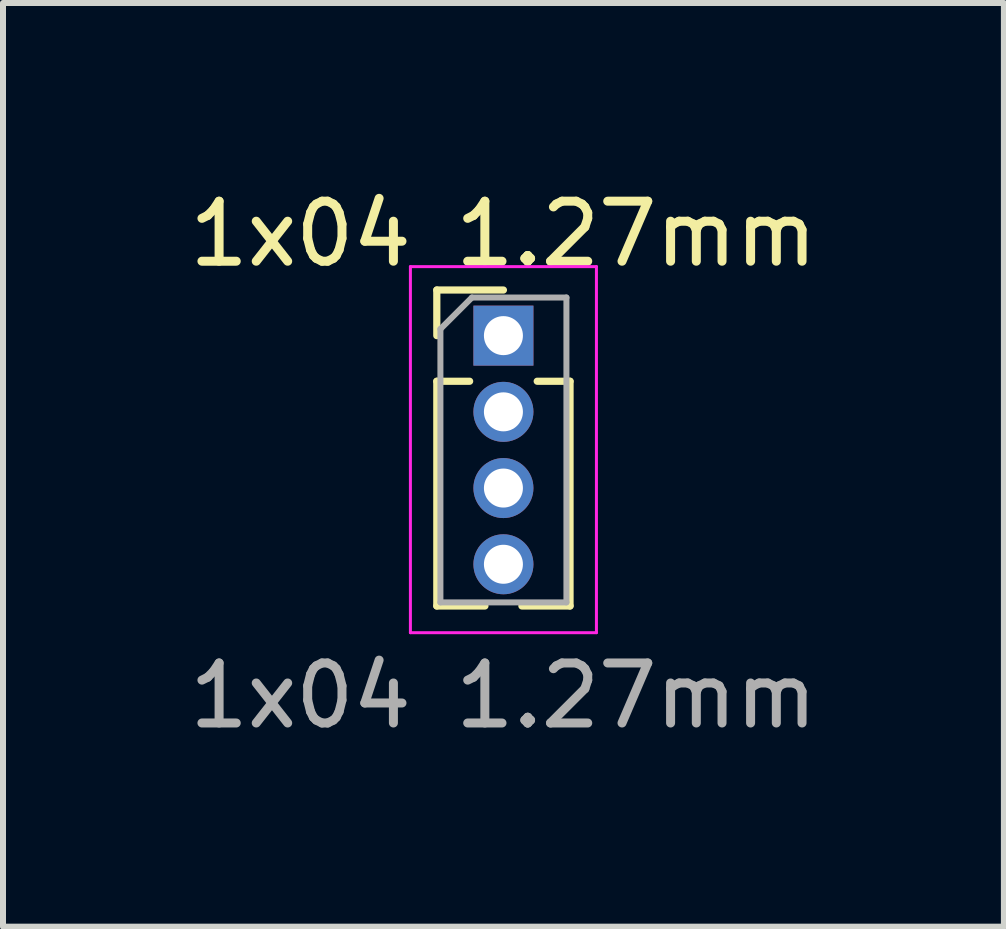
<source format=kicad_pcb>
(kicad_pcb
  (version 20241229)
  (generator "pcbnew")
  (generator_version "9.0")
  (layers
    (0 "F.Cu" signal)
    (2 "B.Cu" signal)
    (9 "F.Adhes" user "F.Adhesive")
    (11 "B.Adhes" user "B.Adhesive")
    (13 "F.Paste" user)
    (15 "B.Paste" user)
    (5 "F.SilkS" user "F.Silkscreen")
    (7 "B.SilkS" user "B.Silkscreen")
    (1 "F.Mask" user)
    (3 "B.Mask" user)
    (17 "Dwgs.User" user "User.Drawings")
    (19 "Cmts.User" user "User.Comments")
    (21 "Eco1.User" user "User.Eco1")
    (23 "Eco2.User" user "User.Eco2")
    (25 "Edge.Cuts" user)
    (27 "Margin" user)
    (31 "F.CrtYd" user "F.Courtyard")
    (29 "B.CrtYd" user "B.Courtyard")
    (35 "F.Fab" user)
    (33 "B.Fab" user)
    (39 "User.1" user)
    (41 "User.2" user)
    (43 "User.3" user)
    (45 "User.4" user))
  (footprint "1x04 1.27mm"
    (layer "F.Cu")
    (at 5.339 2.543)
    (property "Reference" "1x04 1.27mm" (at 0 -1.695 0) (layer "F.SilkS") (effects (font (size 1 1) (thickness 0.15))))
    (attr through_hole)
    (fp_line (start -1.11 -0.76) (end 0 -0.76) (stroke (width 0.12) (type solid)) (layer "F.SilkS"))
    (fp_line (start -1.11 0) (end -1.11 -0.76) (stroke (width 0.12) (type solid)) (layer "F.SilkS"))
    (fp_line (start -1.11 0.76) (end -1.11 4.505) (stroke (width 0.12) (type solid)) (layer "F.SilkS"))
    (fp_line (start -1.11 0.76) (end -0.563 0.76) (stroke (width 0.12) (type solid)) (layer "F.SilkS"))
    (fp_line (start -1.11 4.505) (end -0.308 4.505) (stroke (width 0.12) (type solid)) (layer "F.SilkS"))
    (fp_line (start 0.308 4.505) (end 1.11 4.505) (stroke (width 0.12) (type solid)) (layer "F.SilkS"))
    (fp_line (start 0.563 0.76) (end 1.11 0.76) (stroke (width 0.12) (type solid)) (layer "F.SilkS"))
    (fp_line (start 1.11 0.76) (end 1.11 4.505) (stroke (width 0.12) (type solid)) (layer "F.SilkS"))
    (fp_line (start -1.55 -1.15) (end -1.55 4.95) (stroke (width 0.05) (type solid)) (layer "F.CrtYd"))
    (fp_line (start -1.55 4.95) (end 1.55 4.95) (stroke (width 0.05) (type solid)) (layer "F.CrtYd"))
    (fp_line (start 1.55 -1.15) (end -1.55 -1.15) (stroke (width 0.05) (type solid)) (layer "F.CrtYd"))
    (fp_line (start 1.55 4.95) (end 1.55 -1.15) (stroke (width 0.05) (type solid)) (layer "F.CrtYd"))
    (fp_line (start -1.05 -0.11) (end -0.525 -0.635) (stroke (width 0.1) (type solid)) (layer "F.Fab"))
    (fp_line (start -1.05 4.445) (end -1.05 -0.11) (stroke (width 0.1) (type solid)) (layer "F.Fab"))
    (fp_line (start -0.525 -0.635) (end 1.05 -0.635) (stroke (width 0.1) (type solid)) (layer "F.Fab"))
    (fp_line (start 1.05 -0.635) (end 1.05 4.445) (stroke (width 0.1) (type solid)) (layer "F.Fab"))
    (fp_line (start 1.05 4.445) (end -1.05 4.445) (stroke (width 0.1) (type solid)) (layer "F.Fab"))
    (fp_text user "${REFERENCE}" (at 0 6 180) (layer "F.Fab") (effects (font (size 1 1) (thickness 0.15))))
    (pad "1" thru_hole rect (at 0 0) (size 1 1) (drill 0.65) (layers "*.Cu" "*.Mask"))
    (pad "2" thru_hole oval (at 0 1.27) (size 1 1) (drill 0.65) (layers "*.Cu" "*.Mask"))
    (pad "3" thru_hole oval (at 0 2.54) (size 1 1) (drill 0.65) (layers "*.Cu" "*.Mask"))
    (pad "4" thru_hole oval (at 0 3.81) (size 1 1) (drill 0.65) (layers "*.Cu" "*.Mask")))
  (gr_rect
    (start -3 -3)
    (end 13.679 12.392)
    (stroke (width 0.1) (type default))
    (fill no)
    (layer "Edge.Cuts")))
</source>
